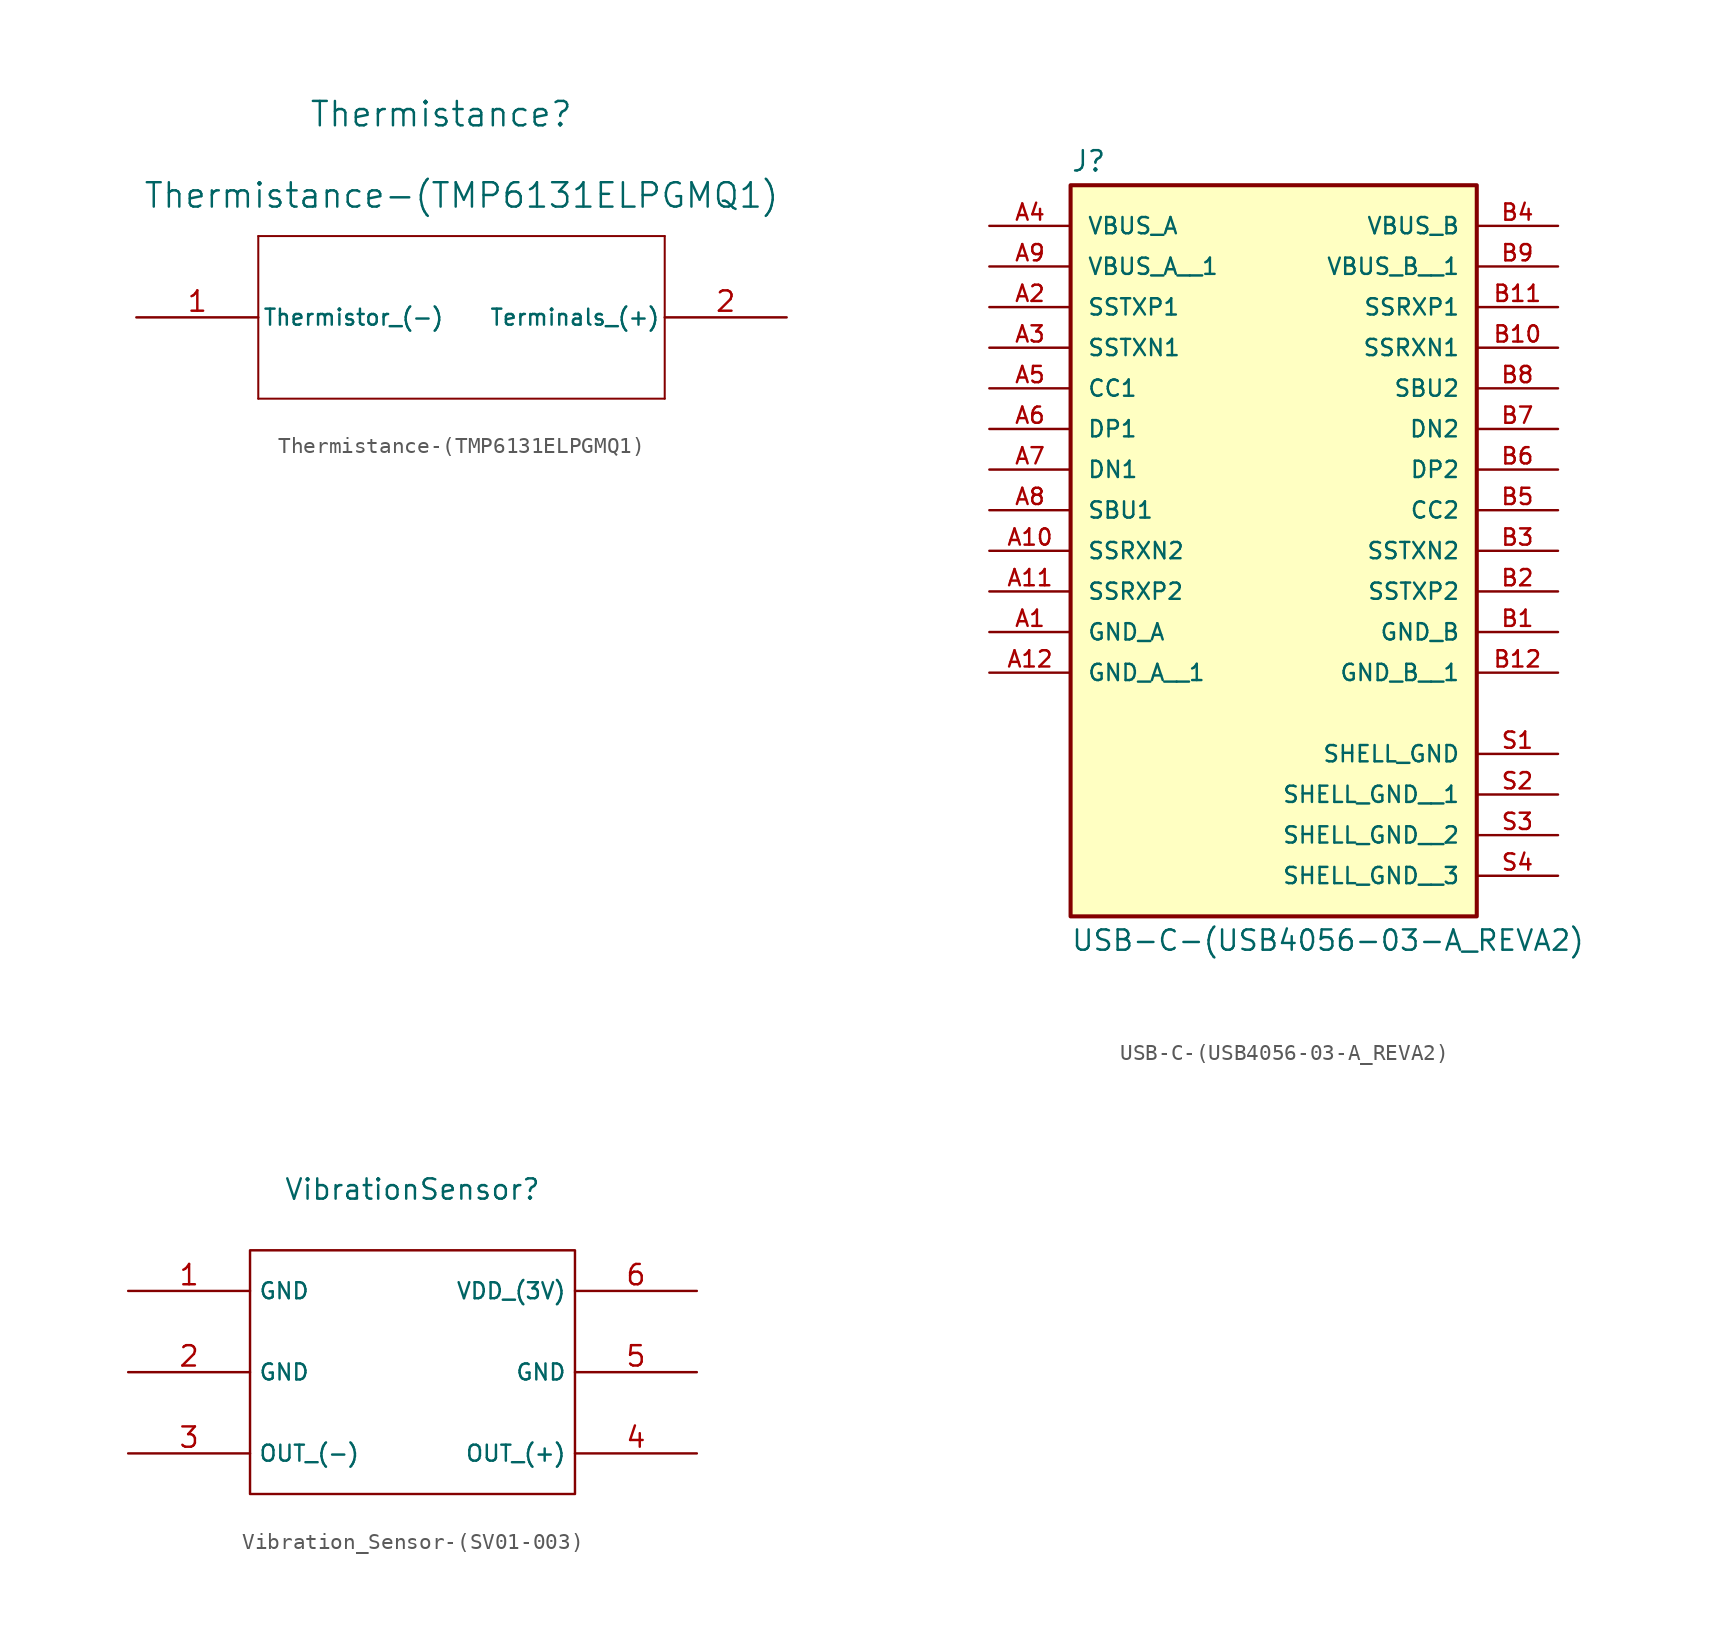
<source format=kicad_sym>
(kicad_symbol_lib
  (version 20220914)
  (generator kicad_symbol_editor)
  (symbol "Thermistance-(TMP6131ELPGMQ1)"
    (pin_names
      (offset 0.254))
    (property "Reference" "Thermistance"
      (at 19.05 12.7 0)
      (effects (font (size 1.524 1.524))))
    (property "Value" "Thermistance-(TMP6131ELPGMQ1)"
      (at 20.32 7.62 0)
      (effects (font (size 1.524 1.524))))
    (property "ki_locked" ""
      (at 0 0 0)
      (effects (font (size 1.27 1.27))))
    (symbol "Thermistance-(TMP6131ELPGMQ1)_0_1"
      (polyline (pts (xy 7.62 -5.08) (xy 33.02 -5.08)) (stroke (width 0.127) (type default)) (fill (type none)))
      (polyline (pts (xy 7.62 5.08) (xy 7.62 -5.08)) (stroke (width 0.127) (type default)) (fill (type none)))
      (polyline (pts (xy 33.02 -5.08) (xy 33.02 5.08)) (stroke (width 0.127) (type default)) (fill (type none)))
      (polyline (pts (xy 33.02 5.08) (xy 7.62 5.08)) (stroke (width 0.127) (type default)) (fill (type none))))
    (symbol "Thermistance-(TMP6131ELPGMQ1)_1_1"
      (pin power_in line (at 0 0 0) (length 7.62) (name "Thermistor_(-)" (effects (font (size 1 1)))) (number "1" (effects (font (size 1.27 1.27)))))
      (pin power_out line (at 40.64 0 180) (length 7.62) (name "Terminals_(+)" (effects (font (size 1 1)))) (number "2" (effects (font (size 1.27 1.27)))))))
  (symbol "USB-C-(USB4056-03-A_REVA2)"
    (pin_names
      (offset 1.016))
    (property "Reference" "J"
      (at -12.7 16.002 0)
      (effects (font (size 1.27 1.27)) (justify left bottom)))
    (property "Value" "USB-C-(USB4056-03-A_REVA2)"
      (at -12.7 -31.242 0)
      (effects (font (size 1.27 1.27)) (justify left top)))
    (symbol "USB-C-(USB4056-03-A_REVA2)_0_0"
      (rectangle (start -12.7 -30.48) (end 12.7 15.24) (stroke (width 0.254) (type default)) (fill (type background)))
      (pin power_in line (at -17.78 -12.7 0) (length 5.08) (name "GND_A" (effects (font (size 1.016 1.016)))) (number "A1" (effects (font (size 1.016 1.016)))))
      (pin bidirectional line (at -17.78 -7.62 0) (length 5.08) (name "SSRXN2" (effects (font (size 1.016 1.016)))) (number "A10" (effects (font (size 1.016 1.016)))))
      (pin bidirectional line (at -17.78 -10.16 0) (length 5.08) (name "SSRXP2" (effects (font (size 1.016 1.016)))) (number "A11" (effects (font (size 1.016 1.016)))))
      (pin power_in line (at -17.78 -15.24 0) (length 5.08) (name "GND_A__1" (effects (font (size 1.016 1.016)))) (number "A12" (effects (font (size 1.016 1.016)))))
      (pin bidirectional line (at -17.78 7.62 0) (length 5.08) (name "SSTXP1" (effects (font (size 1.016 1.016)))) (number "A2" (effects (font (size 1.016 1.016)))))
      (pin bidirectional line (at -17.78 5.08 0) (length 5.08) (name "SSTXN1" (effects (font (size 1.016 1.016)))) (number "A3" (effects (font (size 1.016 1.016)))))
      (pin power_in line (at -17.78 12.7 0) (length 5.08) (name "VBUS_A" (effects (font (size 1.016 1.016)))) (number "A4" (effects (font (size 1.016 1.016)))))
      (pin bidirectional line (at -17.78 2.54 0) (length 5.08) (name "CC1" (effects (font (size 1.016 1.016)))) (number "A5" (effects (font (size 1.016 1.016)))))
      (pin bidirectional line (at -17.78 0 0) (length 5.08) (name "DP1" (effects (font (size 1.016 1.016)))) (number "A6" (effects (font (size 1.016 1.016)))))
      (pin bidirectional line (at -17.78 -2.54 0) (length 5.08) (name "DN1" (effects (font (size 1.016 1.016)))) (number "A7" (effects (font (size 1.016 1.016)))))
      (pin bidirectional line (at -17.78 -5.08 0) (length 5.08) (name "SBU1" (effects (font (size 1.016 1.016)))) (number "A8" (effects (font (size 1.016 1.016)))))
      (pin power_in line (at -17.78 10.16 0) (length 5.08) (name "VBUS_A__1" (effects (font (size 1.016 1.016)))) (number "A9" (effects (font (size 1.016 1.016)))))
      (pin power_in line (at 17.78 -12.7 180) (length 5.08) (name "GND_B" (effects (font (size 1.016 1.016)))) (number "B1" (effects (font (size 1.016 1.016)))))
      (pin bidirectional line (at 17.78 5.08 180) (length 5.08) (name "SSRXN1" (effects (font (size 1.016 1.016)))) (number "B10" (effects (font (size 1.016 1.016)))))
      (pin bidirectional line (at 17.78 7.62 180) (length 5.08) (name "SSRXP1" (effects (font (size 1.016 1.016)))) (number "B11" (effects (font (size 1.016 1.016)))))
      (pin power_in line (at 17.78 -15.24 180) (length 5.08) (name "GND_B__1" (effects (font (size 1.016 1.016)))) (number "B12" (effects (font (size 1.016 1.016)))))
      (pin bidirectional line (at 17.78 -10.16 180) (length 5.08) (name "SSTXP2" (effects (font (size 1.016 1.016)))) (number "B2" (effects (font (size 1.016 1.016)))))
      (pin bidirectional line (at 17.78 -7.62 180) (length 5.08) (name "SSTXN2" (effects (font (size 1.016 1.016)))) (number "B3" (effects (font (size 1.016 1.016)))))
      (pin power_in line (at 17.78 12.7 180) (length 5.08) (name "VBUS_B" (effects (font (size 1.016 1.016)))) (number "B4" (effects (font (size 1.016 1.016)))))
      (pin bidirectional line (at 17.78 -5.08 180) (length 5.08) (name "CC2" (effects (font (size 1.016 1.016)))) (number "B5" (effects (font (size 1.016 1.016)))))
      (pin bidirectional line (at 17.78 -2.54 180) (length 5.08) (name "DP2" (effects (font (size 1.016 1.016)))) (number "B6" (effects (font (size 1.016 1.016)))))
      (pin bidirectional line (at 17.78 0 180) (length 5.08) (name "DN2" (effects (font (size 1.016 1.016)))) (number "B7" (effects (font (size 1.016 1.016)))))
      (pin bidirectional line (at 17.78 2.54 180) (length 5.08) (name "SBU2" (effects (font (size 1.016 1.016)))) (number "B8" (effects (font (size 1.016 1.016)))))
      (pin power_in line (at 17.78 10.16 180) (length 5.08) (name "VBUS_B__1" (effects (font (size 1.016 1.016)))) (number "B9" (effects (font (size 1.016 1.016)))))
      (pin power_in line (at 17.78 -20.32 180) (length 5.08) (name "SHELL_GND" (effects (font (size 1.016 1.016)))) (number "S1" (effects (font (size 1.016 1.016)))))
      (pin power_in line (at 17.78 -22.86 180) (length 5.08) (name "SHELL_GND__1" (effects (font (size 1.016 1.016)))) (number "S2" (effects (font (size 1.016 1.016)))))
      (pin power_in line (at 17.78 -25.4 180) (length 5.08) (name "SHELL_GND__2" (effects (font (size 1.016 1.016)))) (number "S3" (effects (font (size 1.016 1.016)))))
      (pin power_in line (at 17.78 -27.94 180) (length 5.08) (name "SHELL_GND__3" (effects (font (size 1.016 1.016)))) (number "S4" (effects (font (size 1.016 1.016)))))))
  (symbol "Vibration_Sensor-(SV01-003)"
    (property "Reference" "VibrationSensor"
      (at 0 0 0)
      (effects (font (size 1.27 1.27))))
    (property "Value" ""
      (at 0 0 0)
      (effects (font (size 1.27 1.27))))
    (symbol "Vibration_Sensor-(SV01-003)_0_1"
      (rectangle (start -10.16 -3.81) (end 10.16 -19.05) (stroke (width 0) (type default)) (fill (type none))))
    (symbol "Vibration_Sensor-(SV01-003)_1_1"
      (pin output line (at -17.78 -6.35 0) (length 7.62) (name "GND" (effects (font (size 1 1)))) (number "1" (effects (font (size 1.27 1.27)))))
      (pin output line (at -17.78 -11.43 0) (length 7.62) (name "GND" (effects (font (size 1 1)))) (number "2" (effects (font (size 1.27 1.27)))))
      (pin output line (at -17.78 -16.51 0) (length 7.62) (name "OUT_(-)" (effects (font (size 1 1)))) (number "3" (effects (font (size 1.27 1.27)))))
      (pin output line (at 17.78 -16.51 180) (length 7.62) (name "OUT_(+)" (effects (font (size 1 1)))) (number "4" (effects (font (size 1.27 1.27)))))
      (pin output line (at 17.78 -11.43 180) (length 7.62) (name "GND" (effects (font (size 1 1)))) (number "5" (effects (font (size 1.27 1.27)))))
      (pin input line (at 17.78 -6.35 180) (length 7.62) (name "VDD_(3V)" (effects (font (size 1 1)))) (number "6" (effects (font (size 1.27 1.27))))))))
</source>
